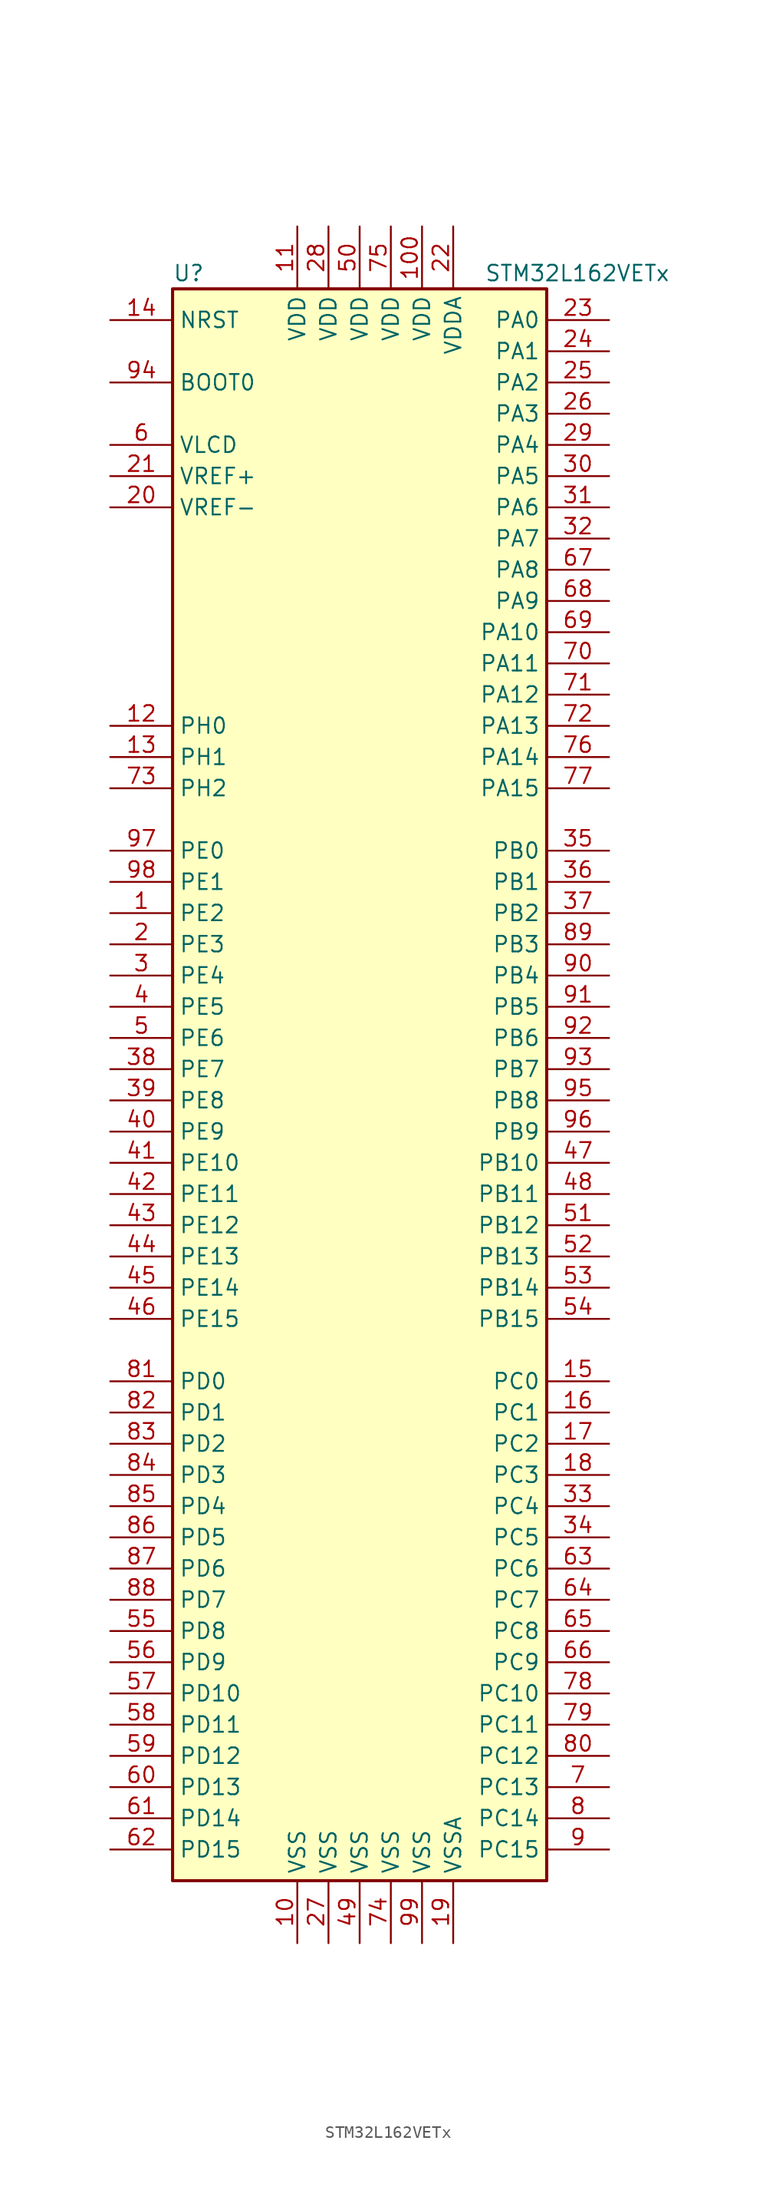
<source format=kicad_sym>
(kicad_symbol_lib
  (version 20201005)
  (generator kicad_symbol_editor)
  (symbol "STM32L162VETx"
    (property "Reference" "U"
      (at -15.24 64.77 0)
      (effects (font (size 1.27 1.27)) (justify left)))
    (property "Value" "STM32L162VETx"
      (at 10.16 64.77 0)
      (effects (font (size 1.27 1.27)) (justify left)))
    (symbol "STM32L162VETx_0_1"
      (rectangle (start -15.24 -66.04) (end 15.24 63.5) (stroke (width 0.254)) (fill (type background))))
    (symbol "STM32L162VETx_1_1"
      (pin input line (at -20.32 55.88 0) (length 5.08) (name "BOOT0" (effects (font (size 1.27 1.27)))) (number "94" (effects (font (size 1.27 1.27)))))
      (pin input line (at -20.32 60.96 0) (length 5.08) (name "NRST" (effects (font (size 1.27 1.27)))) (number "14" (effects (font (size 1.27 1.27)))))
      (pin bidirectional line (at 20.32 60.96 180) (length 5.08) (name "PA0" (effects (font (size 1.27 1.27)))) (number "23" (effects (font (size 1.27 1.27)))))
      (pin bidirectional line (at 20.32 58.42 180) (length 5.08) (name "PA1" (effects (font (size 1.27 1.27)))) (number "24" (effects (font (size 1.27 1.27)))))
      (pin bidirectional line (at 20.32 35.56 180) (length 5.08) (name "PA10" (effects (font (size 1.27 1.27)))) (number "69" (effects (font (size 1.27 1.27)))))
      (pin bidirectional line (at 20.32 33.02 180) (length 5.08) (name "PA11" (effects (font (size 1.27 1.27)))) (number "70" (effects (font (size 1.27 1.27)))))
      (pin bidirectional line (at 20.32 30.48 180) (length 5.08) (name "PA12" (effects (font (size 1.27 1.27)))) (number "71" (effects (font (size 1.27 1.27)))))
      (pin bidirectional line (at 20.32 27.94 180) (length 5.08) (name "PA13" (effects (font (size 1.27 1.27)))) (number "72" (effects (font (size 1.27 1.27)))))
      (pin bidirectional line (at 20.32 25.4 180) (length 5.08) (name "PA14" (effects (font (size 1.27 1.27)))) (number "76" (effects (font (size 1.27 1.27)))))
      (pin bidirectional line (at 20.32 22.86 180) (length 5.08) (name "PA15" (effects (font (size 1.27 1.27)))) (number "77" (effects (font (size 1.27 1.27)))))
      (pin bidirectional line (at 20.32 55.88 180) (length 5.08) (name "PA2" (effects (font (size 1.27 1.27)))) (number "25" (effects (font (size 1.27 1.27)))))
      (pin bidirectional line (at 20.32 53.34 180) (length 5.08) (name "PA3" (effects (font (size 1.27 1.27)))) (number "26" (effects (font (size 1.27 1.27)))))
      (pin bidirectional line (at 20.32 50.8 180) (length 5.08) (name "PA4" (effects (font (size 1.27 1.27)))) (number "29" (effects (font (size 1.27 1.27)))))
      (pin bidirectional line (at 20.32 48.26 180) (length 5.08) (name "PA5" (effects (font (size 1.27 1.27)))) (number "30" (effects (font (size 1.27 1.27)))))
      (pin bidirectional line (at 20.32 45.72 180) (length 5.08) (name "PA6" (effects (font (size 1.27 1.27)))) (number "31" (effects (font (size 1.27 1.27)))))
      (pin bidirectional line (at 20.32 43.18 180) (length 5.08) (name "PA7" (effects (font (size 1.27 1.27)))) (number "32" (effects (font (size 1.27 1.27)))))
      (pin bidirectional line (at 20.32 40.64 180) (length 5.08) (name "PA8" (effects (font (size 1.27 1.27)))) (number "67" (effects (font (size 1.27 1.27)))))
      (pin bidirectional line (at 20.32 38.1 180) (length 5.08) (name "PA9" (effects (font (size 1.27 1.27)))) (number "68" (effects (font (size 1.27 1.27)))))
      (pin bidirectional line (at 20.32 17.78 180) (length 5.08) (name "PB0" (effects (font (size 1.27 1.27)))) (number "35" (effects (font (size 1.27 1.27)))))
      (pin bidirectional line (at 20.32 15.24 180) (length 5.08) (name "PB1" (effects (font (size 1.27 1.27)))) (number "36" (effects (font (size 1.27 1.27)))))
      (pin bidirectional line (at 20.32 -7.62 180) (length 5.08) (name "PB10" (effects (font (size 1.27 1.27)))) (number "47" (effects (font (size 1.27 1.27)))))
      (pin bidirectional line (at 20.32 -10.16 180) (length 5.08) (name "PB11" (effects (font (size 1.27 1.27)))) (number "48" (effects (font (size 1.27 1.27)))))
      (pin bidirectional line (at 20.32 -12.7 180) (length 5.08) (name "PB12" (effects (font (size 1.27 1.27)))) (number "51" (effects (font (size 1.27 1.27)))))
      (pin bidirectional line (at 20.32 -15.24 180) (length 5.08) (name "PB13" (effects (font (size 1.27 1.27)))) (number "52" (effects (font (size 1.27 1.27)))))
      (pin bidirectional line (at 20.32 -17.78 180) (length 5.08) (name "PB14" (effects (font (size 1.27 1.27)))) (number "53" (effects (font (size 1.27 1.27)))))
      (pin bidirectional line (at 20.32 -20.32 180) (length 5.08) (name "PB15" (effects (font (size 1.27 1.27)))) (number "54" (effects (font (size 1.27 1.27)))))
      (pin bidirectional line (at 20.32 12.7 180) (length 5.08) (name "PB2" (effects (font (size 1.27 1.27)))) (number "37" (effects (font (size 1.27 1.27)))))
      (pin bidirectional line (at 20.32 10.16 180) (length 5.08) (name "PB3" (effects (font (size 1.27 1.27)))) (number "89" (effects (font (size 1.27 1.27)))))
      (pin bidirectional line (at 20.32 7.62 180) (length 5.08) (name "PB4" (effects (font (size 1.27 1.27)))) (number "90" (effects (font (size 1.27 1.27)))))
      (pin bidirectional line (at 20.32 5.08 180) (length 5.08) (name "PB5" (effects (font (size 1.27 1.27)))) (number "91" (effects (font (size 1.27 1.27)))))
      (pin bidirectional line (at 20.32 2.54 180) (length 5.08) (name "PB6" (effects (font (size 1.27 1.27)))) (number "92" (effects (font (size 1.27 1.27)))))
      (pin bidirectional line (at 20.32 0 180) (length 5.08) (name "PB7" (effects (font (size 1.27 1.27)))) (number "93" (effects (font (size 1.27 1.27)))))
      (pin bidirectional line (at 20.32 -2.54 180) (length 5.08) (name "PB8" (effects (font (size 1.27 1.27)))) (number "95" (effects (font (size 1.27 1.27)))))
      (pin bidirectional line (at 20.32 -5.08 180) (length 5.08) (name "PB9" (effects (font (size 1.27 1.27)))) (number "96" (effects (font (size 1.27 1.27)))))
      (pin bidirectional line (at 20.32 -25.4 180) (length 5.08) (name "PC0" (effects (font (size 1.27 1.27)))) (number "15" (effects (font (size 1.27 1.27)))))
      (pin bidirectional line (at 20.32 -27.94 180) (length 5.08) (name "PC1" (effects (font (size 1.27 1.27)))) (number "16" (effects (font (size 1.27 1.27)))))
      (pin bidirectional line (at 20.32 -50.8 180) (length 5.08) (name "PC10" (effects (font (size 1.27 1.27)))) (number "78" (effects (font (size 1.27 1.27)))))
      (pin bidirectional line (at 20.32 -53.34 180) (length 5.08) (name "PC11" (effects (font (size 1.27 1.27)))) (number "79" (effects (font (size 1.27 1.27)))))
      (pin bidirectional line (at 20.32 -55.88 180) (length 5.08) (name "PC12" (effects (font (size 1.27 1.27)))) (number "80" (effects (font (size 1.27 1.27)))))
      (pin bidirectional line (at 20.32 -58.42 180) (length 5.08) (name "PC13" (effects (font (size 1.27 1.27)))) (number "7" (effects (font (size 1.27 1.27)))))
      (pin bidirectional line (at 20.32 -60.96 180) (length 5.08) (name "PC14" (effects (font (size 1.27 1.27)))) (number "8" (effects (font (size 1.27 1.27)))))
      (pin bidirectional line (at 20.32 -63.5 180) (length 5.08) (name "PC15" (effects (font (size 1.27 1.27)))) (number "9" (effects (font (size 1.27 1.27)))))
      (pin bidirectional line (at 20.32 -30.48 180) (length 5.08) (name "PC2" (effects (font (size 1.27 1.27)))) (number "17" (effects (font (size 1.27 1.27)))))
      (pin bidirectional line (at 20.32 -33.02 180) (length 5.08) (name "PC3" (effects (font (size 1.27 1.27)))) (number "18" (effects (font (size 1.27 1.27)))))
      (pin bidirectional line (at 20.32 -35.56 180) (length 5.08) (name "PC4" (effects (font (size 1.27 1.27)))) (number "33" (effects (font (size 1.27 1.27)))))
      (pin bidirectional line (at 20.32 -38.1 180) (length 5.08) (name "PC5" (effects (font (size 1.27 1.27)))) (number "34" (effects (font (size 1.27 1.27)))))
      (pin bidirectional line (at 20.32 -40.64 180) (length 5.08) (name "PC6" (effects (font (size 1.27 1.27)))) (number "63" (effects (font (size 1.27 1.27)))))
      (pin bidirectional line (at 20.32 -43.18 180) (length 5.08) (name "PC7" (effects (font (size 1.27 1.27)))) (number "64" (effects (font (size 1.27 1.27)))))
      (pin bidirectional line (at 20.32 -45.72 180) (length 5.08) (name "PC8" (effects (font (size 1.27 1.27)))) (number "65" (effects (font (size 1.27 1.27)))))
      (pin bidirectional line (at 20.32 -48.26 180) (length 5.08) (name "PC9" (effects (font (size 1.27 1.27)))) (number "66" (effects (font (size 1.27 1.27)))))
      (pin bidirectional line (at -20.32 -25.4 0) (length 5.08) (name "PD0" (effects (font (size 1.27 1.27)))) (number "81" (effects (font (size 1.27 1.27)))))
      (pin bidirectional line (at -20.32 -27.94 0) (length 5.08) (name "PD1" (effects (font (size 1.27 1.27)))) (number "82" (effects (font (size 1.27 1.27)))))
      (pin bidirectional line (at -20.32 -50.8 0) (length 5.08) (name "PD10" (effects (font (size 1.27 1.27)))) (number "57" (effects (font (size 1.27 1.27)))))
      (pin bidirectional line (at -20.32 -53.34 0) (length 5.08) (name "PD11" (effects (font (size 1.27 1.27)))) (number "58" (effects (font (size 1.27 1.27)))))
      (pin bidirectional line (at -20.32 -55.88 0) (length 5.08) (name "PD12" (effects (font (size 1.27 1.27)))) (number "59" (effects (font (size 1.27 1.27)))))
      (pin bidirectional line (at -20.32 -58.42 0) (length 5.08) (name "PD13" (effects (font (size 1.27 1.27)))) (number "60" (effects (font (size 1.27 1.27)))))
      (pin bidirectional line (at -20.32 -60.96 0) (length 5.08) (name "PD14" (effects (font (size 1.27 1.27)))) (number "61" (effects (font (size 1.27 1.27)))))
      (pin bidirectional line (at -20.32 -63.5 0) (length 5.08) (name "PD15" (effects (font (size 1.27 1.27)))) (number "62" (effects (font (size 1.27 1.27)))))
      (pin bidirectional line (at -20.32 -30.48 0) (length 5.08) (name "PD2" (effects (font (size 1.27 1.27)))) (number "83" (effects (font (size 1.27 1.27)))))
      (pin bidirectional line (at -20.32 -33.02 0) (length 5.08) (name "PD3" (effects (font (size 1.27 1.27)))) (number "84" (effects (font (size 1.27 1.27)))))
      (pin bidirectional line (at -20.32 -35.56 0) (length 5.08) (name "PD4" (effects (font (size 1.27 1.27)))) (number "85" (effects (font (size 1.27 1.27)))))
      (pin bidirectional line (at -20.32 -38.1 0) (length 5.08) (name "PD5" (effects (font (size 1.27 1.27)))) (number "86" (effects (font (size 1.27 1.27)))))
      (pin bidirectional line (at -20.32 -40.64 0) (length 5.08) (name "PD6" (effects (font (size 1.27 1.27)))) (number "87" (effects (font (size 1.27 1.27)))))
      (pin bidirectional line (at -20.32 -43.18 0) (length 5.08) (name "PD7" (effects (font (size 1.27 1.27)))) (number "88" (effects (font (size 1.27 1.27)))))
      (pin bidirectional line (at -20.32 -45.72 0) (length 5.08) (name "PD8" (effects (font (size 1.27 1.27)))) (number "55" (effects (font (size 1.27 1.27)))))
      (pin bidirectional line (at -20.32 -48.26 0) (length 5.08) (name "PD9" (effects (font (size 1.27 1.27)))) (number "56" (effects (font (size 1.27 1.27)))))
      (pin bidirectional line (at -20.32 17.78 0) (length 5.08) (name "PE0" (effects (font (size 1.27 1.27)))) (number "97" (effects (font (size 1.27 1.27)))))
      (pin bidirectional line (at -20.32 15.24 0) (length 5.08) (name "PE1" (effects (font (size 1.27 1.27)))) (number "98" (effects (font (size 1.27 1.27)))))
      (pin bidirectional line (at -20.32 -7.62 0) (length 5.08) (name "PE10" (effects (font (size 1.27 1.27)))) (number "41" (effects (font (size 1.27 1.27)))))
      (pin bidirectional line (at -20.32 -10.16 0) (length 5.08) (name "PE11" (effects (font (size 1.27 1.27)))) (number "42" (effects (font (size 1.27 1.27)))))
      (pin bidirectional line (at -20.32 -12.7 0) (length 5.08) (name "PE12" (effects (font (size 1.27 1.27)))) (number "43" (effects (font (size 1.27 1.27)))))
      (pin bidirectional line (at -20.32 -15.24 0) (length 5.08) (name "PE13" (effects (font (size 1.27 1.27)))) (number "44" (effects (font (size 1.27 1.27)))))
      (pin bidirectional line (at -20.32 -17.78 0) (length 5.08) (name "PE14" (effects (font (size 1.27 1.27)))) (number "45" (effects (font (size 1.27 1.27)))))
      (pin bidirectional line (at -20.32 -20.32 0) (length 5.08) (name "PE15" (effects (font (size 1.27 1.27)))) (number "46" (effects (font (size 1.27 1.27)))))
      (pin bidirectional line (at -20.32 12.7 0) (length 5.08) (name "PE2" (effects (font (size 1.27 1.27)))) (number "1" (effects (font (size 1.27 1.27)))))
      (pin bidirectional line (at -20.32 10.16 0) (length 5.08) (name "PE3" (effects (font (size 1.27 1.27)))) (number "2" (effects (font (size 1.27 1.27)))))
      (pin bidirectional line (at -20.32 7.62 0) (length 5.08) (name "PE4" (effects (font (size 1.27 1.27)))) (number "3" (effects (font (size 1.27 1.27)))))
      (pin bidirectional line (at -20.32 5.08 0) (length 5.08) (name "PE5" (effects (font (size 1.27 1.27)))) (number "4" (effects (font (size 1.27 1.27)))))
      (pin bidirectional line (at -20.32 2.54 0) (length 5.08) (name "PE6" (effects (font (size 1.27 1.27)))) (number "5" (effects (font (size 1.27 1.27)))))
      (pin bidirectional line (at -20.32 0 0) (length 5.08) (name "PE7" (effects (font (size 1.27 1.27)))) (number "38" (effects (font (size 1.27 1.27)))))
      (pin bidirectional line (at -20.32 -2.54 0) (length 5.08) (name "PE8" (effects (font (size 1.27 1.27)))) (number "39" (effects (font (size 1.27 1.27)))))
      (pin bidirectional line (at -20.32 -5.08 0) (length 5.08) (name "PE9" (effects (font (size 1.27 1.27)))) (number "40" (effects (font (size 1.27 1.27)))))
      (pin input line (at -20.32 27.94 0) (length 5.08) (name "PH0" (effects (font (size 1.27 1.27)))) (number "12" (effects (font (size 1.27 1.27)))))
      (pin input line (at -20.32 25.4 0) (length 5.08) (name "PH1" (effects (font (size 1.27 1.27)))) (number "13" (effects (font (size 1.27 1.27)))))
      (pin bidirectional line (at -20.32 22.86 0) (length 5.08) (name "PH2" (effects (font (size 1.27 1.27)))) (number "73" (effects (font (size 1.27 1.27)))))
      (pin power_in line (at 5.08 68.58 270) (length 5.08) (name "VDD" (effects (font (size 1.27 1.27)))) (number "100" (effects (font (size 1.27 1.27)))))
      (pin power_in line (at -5.08 68.58 270) (length 5.08) (name "VDD" (effects (font (size 1.27 1.27)))) (number "11" (effects (font (size 1.27 1.27)))))
      (pin power_in line (at -2.54 68.58 270) (length 5.08) (name "VDD" (effects (font (size 1.27 1.27)))) (number "28" (effects (font (size 1.27 1.27)))))
      (pin power_in line (at 0 68.58 270) (length 5.08) (name "VDD" (effects (font (size 1.27 1.27)))) (number "50" (effects (font (size 1.27 1.27)))))
      (pin power_in line (at 2.54 68.58 270) (length 5.08) (name "VDD" (effects (font (size 1.27 1.27)))) (number "75" (effects (font (size 1.27 1.27)))))
      (pin power_in line (at 7.62 68.58 270) (length 5.08) (name "VDDA" (effects (font (size 1.27 1.27)))) (number "22" (effects (font (size 1.27 1.27)))))
      (pin power_in line (at -20.32 50.8 0) (length 5.08) (name "VLCD" (effects (font (size 1.27 1.27)))) (number "6" (effects (font (size 1.27 1.27)))))
      (pin power_in line (at -20.32 48.26 0) (length 5.08) (name "VREF+" (effects (font (size 1.27 1.27)))) (number "21" (effects (font (size 1.27 1.27)))))
      (pin power_in line (at -20.32 45.72 0) (length 5.08) (name "VREF-" (effects (font (size 1.27 1.27)))) (number "20" (effects (font (size 1.27 1.27)))))
      (pin power_in line (at -5.08 -71.12 90) (length 5.08) (name "VSS" (effects (font (size 1.27 1.27)))) (number "10" (effects (font (size 1.27 1.27)))))
      (pin power_in line (at -2.54 -71.12 90) (length 5.08) (name "VSS" (effects (font (size 1.27 1.27)))) (number "27" (effects (font (size 1.27 1.27)))))
      (pin power_in line (at 0 -71.12 90) (length 5.08) (name "VSS" (effects (font (size 1.27 1.27)))) (number "49" (effects (font (size 1.27 1.27)))))
      (pin power_in line (at 2.54 -71.12 90) (length 5.08) (name "VSS" (effects (font (size 1.27 1.27)))) (number "74" (effects (font (size 1.27 1.27)))))
      (pin power_in line (at 5.08 -71.12 90) (length 5.08) (name "VSS" (effects (font (size 1.27 1.27)))) (number "99" (effects (font (size 1.27 1.27)))))
      (pin power_in line (at 7.62 -71.12 90) (length 5.08) (name "VSSA" (effects (font (size 1.27 1.27)))) (number "19" (effects (font (size 1.27 1.27))))))))
</source>
